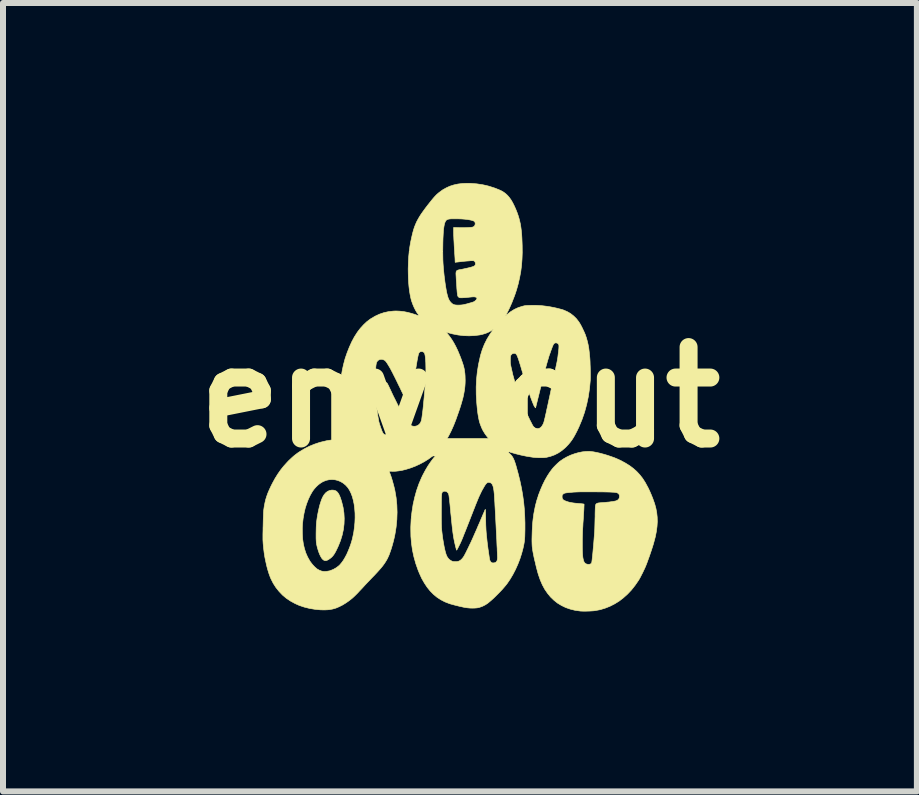
<source format=kicad_pcb>
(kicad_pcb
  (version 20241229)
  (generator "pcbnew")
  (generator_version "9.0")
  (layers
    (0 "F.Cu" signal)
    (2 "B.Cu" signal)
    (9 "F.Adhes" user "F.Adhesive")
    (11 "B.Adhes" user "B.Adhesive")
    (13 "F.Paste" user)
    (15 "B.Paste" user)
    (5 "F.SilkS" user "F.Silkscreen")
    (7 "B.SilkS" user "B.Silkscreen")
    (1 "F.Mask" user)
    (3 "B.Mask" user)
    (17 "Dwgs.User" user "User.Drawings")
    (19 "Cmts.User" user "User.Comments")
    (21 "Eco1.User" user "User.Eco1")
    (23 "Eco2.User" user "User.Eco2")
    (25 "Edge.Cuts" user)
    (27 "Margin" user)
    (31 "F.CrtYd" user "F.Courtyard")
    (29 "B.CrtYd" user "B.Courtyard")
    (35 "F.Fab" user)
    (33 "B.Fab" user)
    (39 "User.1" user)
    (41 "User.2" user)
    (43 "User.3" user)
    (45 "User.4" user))
  (footprint "env_out"
    (layer "F.Cu")
    (at 4.616 3.569)
    (property "Reference" "env_out" (at 0 0 0) (layer "F.SilkS") (effects (font (size 1.524 1.524) (thickness 0.3))))
    (attr through_hole)
    (fp_poly (pts (xy -2.101 1.551) (xy -2.08 1.557) (xy -2.06 1.567) (xy -2.043 1.583) (xy -2.027 1.604) (xy -2.012 1.631) (xy -1.997 1.666) (xy -1.983 1.707) (xy -1.971 1.746) (xy -1.948 1.838) (xy -1.934 1.93) (xy -1.929 2.022) (xy -1.932 2.114) (xy -1.943 2.206) (xy -1.963 2.298) (xy -1.991 2.39) (xy -2.028 2.482) (xy -2.049 2.527) (xy -2.066 2.562) (xy -2.081 2.59) (xy -2.094 2.612) (xy -2.107 2.631) (xy -2.12 2.647) (xy -2.133 2.662) (xy -2.149 2.676) (xy -2.167 2.69) (xy -2.193 2.708) (xy -2.215 2.719) (xy -2.234 2.725) (xy -2.251 2.724) (xy -2.268 2.718) (xy -2.282 2.708) (xy -2.295 2.695) (xy -2.301 2.688) (xy -2.318 2.661) (xy -2.335 2.628) (xy -2.351 2.589) (xy -2.365 2.547) (xy -2.378 2.503) (xy -2.388 2.459) (xy -2.389 2.454) (xy -2.391 2.438) (xy -2.394 2.424) (xy -2.395 2.409) (xy -2.396 2.393) (xy -2.397 2.374) (xy -2.398 2.351) (xy -2.398 2.323) (xy -2.398 2.288) (xy -2.398 2.275) (xy -2.397 2.221) (xy -2.396 2.174) (xy -2.394 2.131) (xy -2.391 2.09) (xy -2.386 2.05) (xy -2.38 2.008) (xy -2.373 1.963) (xy -2.372 1.96) (xy -2.361 1.903) (xy -2.348 1.846) (xy -2.334 1.791) (xy -2.318 1.741) (xy -2.307 1.708) (xy -2.286 1.662) (xy -2.263 1.624) (xy -2.236 1.593) (xy -2.207 1.571) (xy -2.175 1.556) (xy -2.14 1.549) (xy -2.126 1.549) (xy -2.101 1.551)) (stroke (width 0.01) (type solid)) (fill yes) (layer "F.SilkS"))
    (fp_poly (pts (xy 2.182 0.906) (xy 2.228 0.912) (xy 2.28 0.922) (xy 2.337 0.935) (xy 2.396 0.951) (xy 2.457 0.969) (xy 2.516 0.989) (xy 2.575 1.01) (xy 2.629 1.033) (xy 2.679 1.056) (xy 2.685 1.059) (xy 2.76 1.1) (xy 2.829 1.143) (xy 2.89 1.189) (xy 2.946 1.239) (xy 2.997 1.294) (xy 3.044 1.354) (xy 3.087 1.421) (xy 3.127 1.495) (xy 3.137 1.513) (xy 3.163 1.568) (xy 3.188 1.626) (xy 3.212 1.685) (xy 3.232 1.741) (xy 3.245 1.778) (xy 3.265 1.851) (xy 3.279 1.925) (xy 3.287 2) (xy 3.289 2.076) (xy 3.284 2.156) (xy 3.273 2.239) (xy 3.256 2.326) (xy 3.234 2.409) (xy 3.223 2.449) (xy 3.209 2.494) (xy 3.193 2.544) (xy 3.175 2.597) (xy 3.157 2.65) (xy 3.138 2.702) (xy 3.12 2.752) (xy 3.104 2.794) (xy 3.093 2.821) (xy 3.079 2.853) (xy 3.062 2.888) (xy 3.045 2.925) (xy 3.026 2.961) (xy 3.009 2.995) (xy 2.992 3.026) (xy 2.978 3.05) (xy 2.974 3.056) (xy 2.918 3.137) (xy 2.858 3.213) (xy 2.794 3.281) (xy 2.725 3.343) (xy 2.654 3.398) (xy 2.578 3.445) (xy 2.5 3.485) (xy 2.419 3.517) (xy 2.336 3.542) (xy 2.251 3.558) (xy 2.228 3.561) (xy 2.198 3.563) (xy 2.164 3.565) (xy 2.129 3.566) (xy 2.093 3.567) (xy 2.059 3.567) (xy 2.029 3.566) (xy 2.005 3.565) (xy 2 3.564) (xy 1.916 3.552) (xy 1.836 3.532) (xy 1.761 3.506) (xy 1.691 3.472) (xy 1.625 3.432) (xy 1.565 3.384) (xy 1.509 3.33) (xy 1.459 3.269) (xy 1.413 3.202) (xy 1.373 3.128) (xy 1.338 3.047) (xy 1.312 2.972) (xy 1.301 2.938) (xy 1.29 2.898) (xy 1.278 2.853) (xy 1.266 2.805) (xy 1.255 2.756) (xy 1.243 2.709) (xy 1.233 2.663) (xy 1.225 2.623) (xy 1.218 2.588) (xy 1.218 2.587) (xy 1.212 2.553) (xy 1.208 2.523) (xy 1.204 2.495) (xy 1.202 2.466) (xy 1.201 2.437) (xy 1.2 2.404) (xy 1.2 2.367) (xy 1.201 2.324) (xy 1.202 2.286) (xy 1.204 2.224) (xy 1.207 2.168) (xy 1.21 2.118) (xy 1.214 2.072) (xy 1.219 2.028) (xy 1.225 1.985) (xy 1.231 1.941) (xy 1.239 1.899) (xy 1.257 1.809) (xy 1.281 1.719) (xy 1.301 1.658) (xy 1.702 1.658) (xy 1.703 1.677) (xy 1.708 1.693) (xy 1.716 1.705) (xy 1.73 1.717) (xy 1.75 1.727) (xy 1.777 1.737) (xy 1.791 1.742) (xy 1.818 1.75) (xy 1.847 1.756) (xy 1.88 1.762) (xy 1.919 1.767) (xy 1.964 1.771) (xy 1.998 1.774) (xy 2.021 1.776) (xy 2.041 1.778) (xy 2.056 1.78) (xy 2.065 1.782) (xy 2.067 1.782) (xy 2.068 1.787) (xy 2.068 1.799) (xy 2.067 1.818) (xy 2.066 1.842) (xy 2.065 1.87) (xy 2.063 1.902) (xy 2.062 1.918) (xy 2.058 1.987) (xy 2.054 2.047) (xy 2.05 2.101) (xy 2.048 2.149) (xy 2.045 2.193) (xy 2.043 2.232) (xy 2.042 2.268) (xy 2.041 2.301) (xy 2.04 2.334) (xy 2.039 2.365) (xy 2.039 2.397) (xy 2.039 2.43) (xy 2.039 2.445) (xy 2.039 2.506) (xy 2.04 2.56) (xy 2.042 2.606) (xy 2.045 2.646) (xy 2.049 2.679) (xy 2.055 2.706) (xy 2.061 2.729) (xy 2.069 2.747) (xy 2.078 2.76) (xy 2.088 2.77) (xy 2.106 2.78) (xy 2.128 2.786) (xy 2.151 2.787) (xy 2.171 2.782) (xy 2.179 2.778) (xy 2.188 2.77) (xy 2.195 2.759) (xy 2.197 2.751) (xy 2.199 2.735) (xy 2.202 2.713) (xy 2.205 2.684) (xy 2.209 2.65) (xy 2.213 2.611) (xy 2.217 2.568) (xy 2.221 2.522) (xy 2.226 2.474) (xy 2.23 2.423) (xy 2.234 2.372) (xy 2.238 2.32) (xy 2.242 2.269) (xy 2.244 2.246) (xy 2.245 2.228) (xy 2.246 2.202) (xy 2.247 2.171) (xy 2.248 2.135) (xy 2.249 2.096) (xy 2.25 2.055) (xy 2.251 2.013) (xy 2.252 1.994) (xy 2.252 1.947) (xy 2.253 1.907) (xy 2.254 1.874) (xy 2.255 1.848) (xy 2.256 1.827) (xy 2.258 1.811) (xy 2.26 1.799) (xy 2.263 1.79) (xy 2.267 1.783) (xy 2.271 1.778) (xy 2.277 1.775) (xy 2.283 1.771) (xy 2.285 1.77) (xy 2.293 1.767) (xy 2.304 1.764) (xy 2.319 1.762) (xy 2.338 1.76) (xy 2.365 1.758) (xy 2.375 1.757) (xy 2.411 1.755) (xy 2.447 1.751) (xy 2.484 1.748) (xy 2.518 1.743) (xy 2.549 1.739) (xy 2.575 1.734) (xy 2.595 1.73) (xy 2.598 1.729) (xy 2.624 1.718) (xy 2.642 1.703) (xy 2.654 1.683) (xy 2.658 1.658) (xy 2.659 1.654) (xy 2.656 1.631) (xy 2.646 1.613) (xy 2.63 1.6) (xy 2.621 1.595) (xy 2.613 1.592) (xy 2.601 1.59) (xy 2.585 1.587) (xy 2.564 1.585) (xy 2.538 1.584) (xy 2.507 1.582) (xy 2.47 1.581) (xy 2.426 1.58) (xy 2.376 1.579) (xy 2.319 1.579) (xy 2.254 1.578) (xy 2.187 1.578) (xy 2.132 1.578) (xy 2.085 1.578) (xy 2.045 1.578) (xy 2.01 1.578) (xy 1.98 1.579) (xy 1.954 1.58) (xy 1.93 1.581) (xy 1.907 1.582) (xy 1.886 1.583) (xy 1.871 1.585) (xy 1.834 1.588) (xy 1.804 1.591) (xy 1.78 1.594) (xy 1.762 1.596) (xy 1.748 1.6) (xy 1.737 1.603) (xy 1.729 1.608) (xy 1.722 1.613) (xy 1.718 1.617) (xy 1.709 1.627) (xy 1.704 1.635) (xy 1.702 1.646) (xy 1.702 1.658) (xy 1.301 1.658) (xy 1.309 1.631) (xy 1.342 1.545) (xy 1.378 1.461) (xy 1.417 1.382) (xy 1.459 1.309) (xy 1.503 1.242) (xy 1.541 1.192) (xy 1.559 1.171) (xy 1.582 1.147) (xy 1.607 1.122) (xy 1.632 1.098) (xy 1.656 1.077) (xy 1.67 1.066) (xy 1.724 1.029) (xy 1.782 0.996) (xy 1.844 0.967) (xy 1.908 0.944) (xy 1.973 0.925) (xy 2.037 0.912) (xy 2.1 0.905) (xy 2.16 0.904) (xy 2.182 0.906)) (stroke (width 0.01) (type solid)) (fill yes) (layer "F.SilkS"))
    (fp_poly (pts (xy 0.177 -3.563) (xy 0.28 -3.555) (xy 0.38 -3.54) (xy 0.479 -3.517) (xy 0.576 -3.486) (xy 0.652 -3.456) (xy 0.693 -3.437) (xy 0.73 -3.415) (xy 0.763 -3.39) (xy 0.794 -3.361) (xy 0.823 -3.327) (xy 0.851 -3.288) (xy 0.878 -3.242) (xy 0.904 -3.19) (xy 0.931 -3.13) (xy 0.935 -3.12) (xy 0.954 -3.072) (xy 0.97 -3.026) (xy 0.984 -2.98) (xy 0.996 -2.933) (xy 1.007 -2.884) (xy 1.015 -2.833) (xy 1.022 -2.778) (xy 1.028 -2.718) (xy 1.032 -2.653) (xy 1.035 -2.58) (xy 1.037 -2.524) (xy 1.038 -2.408) (xy 1.034 -2.299) (xy 1.026 -2.194) (xy 1.013 -2.092) (xy 0.994 -1.991) (xy 0.971 -1.889) (xy 0.942 -1.786) (xy 0.941 -1.784) (xy 0.926 -1.737) (xy 0.908 -1.686) (xy 0.888 -1.635) (xy 0.868 -1.583) (xy 0.846 -1.532) (xy 0.825 -1.485) (xy 0.804 -1.441) (xy 0.783 -1.402) (xy 0.765 -1.369) (xy 0.759 -1.361) (xy 0.758 -1.357) (xy 0.763 -1.36) (xy 0.774 -1.368) (xy 0.786 -1.379) (xy 0.844 -1.424) (xy 0.905 -1.462) (xy 0.97 -1.492) (xy 1.038 -1.514) (xy 1.074 -1.523) (xy 1.095 -1.526) (xy 1.122 -1.528) (xy 1.154 -1.529) (xy 1.191 -1.53) (xy 1.23 -1.53) (xy 1.269 -1.53) (xy 1.308 -1.528) (xy 1.345 -1.526) (xy 1.378 -1.523) (xy 1.385 -1.522) (xy 1.443 -1.515) (xy 1.501 -1.506) (xy 1.559 -1.495) (xy 1.613 -1.483) (xy 1.664 -1.47) (xy 1.708 -1.458) (xy 1.726 -1.452) (xy 1.786 -1.426) (xy 1.842 -1.394) (xy 1.893 -1.354) (xy 1.94 -1.308) (xy 1.981 -1.255) (xy 1.986 -1.247) (xy 2.001 -1.223) (xy 2.018 -1.193) (xy 2.035 -1.16) (xy 2.052 -1.124) (xy 2.068 -1.09) (xy 2.082 -1.058) (xy 2.089 -1.041) (xy 2.107 -0.988) (xy 2.122 -0.934) (xy 2.135 -0.879) (xy 2.146 -0.82) (xy 2.154 -0.755) (xy 2.161 -0.684) (xy 2.163 -0.665) (xy 2.166 -0.63) (xy 2.168 -0.59) (xy 2.169 -0.547) (xy 2.171 -0.502) (xy 2.172 -0.457) (xy 2.173 -0.412) (xy 2.173 -0.371) (xy 2.173 -0.334) (xy 2.172 -0.302) (xy 2.172 -0.283) (xy 2.159 -0.144) (xy 2.139 -0.008) (xy 2.111 0.124) (xy 2.076 0.252) (xy 2.032 0.378) (xy 1.981 0.5) (xy 1.951 0.563) (xy 1.922 0.619) (xy 1.894 0.669) (xy 1.866 0.713) (xy 1.837 0.752) (xy 1.806 0.789) (xy 1.772 0.825) (xy 1.755 0.842) (xy 1.698 0.89) (xy 1.639 0.93) (xy 1.576 0.962) (xy 1.51 0.986) (xy 1.441 1.003) (xy 1.435 1.004) (xy 1.409 1.007) (xy 1.376 1.009) (xy 1.339 1.009) (xy 1.3 1.008) (xy 1.261 1.006) (xy 1.224 1.003) (xy 1.198 0.999) (xy 1.105 0.984) (xy 1.015 0.965) (xy 0.93 0.944) (xy 0.85 0.921) (xy 0.777 0.895) (xy 0.773 0.893) (xy 0.766 0.891) (xy 0.764 0.891) (xy 0.766 0.893) (xy 0.773 0.899) (xy 0.786 0.909) (xy 0.798 0.918) (xy 0.823 0.937) (xy 0.845 0.957) (xy 0.863 0.978) (xy 0.879 1.001) (xy 0.893 1.029) (xy 0.907 1.061) (xy 0.92 1.099) (xy 0.934 1.144) (xy 0.935 1.148) (xy 0.97 1.275) (xy 1 1.397) (xy 1.025 1.516) (xy 1.045 1.631) (xy 1.061 1.746) (xy 1.072 1.86) (xy 1.079 1.976) (xy 1.083 2.095) (xy 1.083 2.204) (xy 1.082 2.251) (xy 1.081 2.291) (xy 1.08 2.325) (xy 1.078 2.354) (xy 1.076 2.381) (xy 1.073 2.406) (xy 1.069 2.431) (xy 1.064 2.458) (xy 1.058 2.486) (xy 1.052 2.515) (xy 1.028 2.605) (xy 0.999 2.696) (xy 0.964 2.786) (xy 0.925 2.873) (xy 0.882 2.956) (xy 0.835 3.035) (xy 0.786 3.107) (xy 0.764 3.135) (xy 0.737 3.167) (xy 0.706 3.203) (xy 0.671 3.24) (xy 0.633 3.279) (xy 0.595 3.317) (xy 0.558 3.353) (xy 0.521 3.386) (xy 0.488 3.414) (xy 0.464 3.434) (xy 0.423 3.461) (xy 0.378 3.484) (xy 0.332 3.501) (xy 0.315 3.506) (xy 0.285 3.512) (xy 0.248 3.515) (xy 0.208 3.516) (xy 0.166 3.515) (xy 0.124 3.511) (xy 0.087 3.506) (xy 0.057 3.5) (xy 0.022 3.492) (xy -0.015 3.484) (xy -0.054 3.474) (xy -0.091 3.465) (xy -0.126 3.455) (xy -0.157 3.447) (xy -0.181 3.439) (xy -0.181 3.439) (xy -0.253 3.411) (xy -0.32 3.376) (xy -0.383 3.335) (xy -0.442 3.286) (xy -0.497 3.23) (xy -0.547 3.168) (xy -0.594 3.097) (xy -0.638 3.02) (xy -0.677 2.934) (xy -0.698 2.883) (xy -0.737 2.772) (xy -0.768 2.661) (xy -0.792 2.549) (xy -0.808 2.436) (xy -0.818 2.319) (xy -0.82 2.199) (xy -0.82 2.163) (xy -0.814 2.036) (xy -0.805 1.95) (xy -0.311 1.95) (xy -0.311 1.997) (xy -0.311 2.038) (xy -0.31 2.073) (xy -0.31 2.103) (xy -0.309 2.128) (xy -0.308 2.151) (xy -0.308 2.171) (xy -0.306 2.189) (xy -0.305 2.207) (xy -0.304 2.22) (xy -0.296 2.289) (xy -0.287 2.357) (xy -0.276 2.423) (xy -0.265 2.485) (xy -0.253 2.541) (xy -0.243 2.582) (xy -0.23 2.624) (xy -0.215 2.658) (xy -0.196 2.686) (xy -0.175 2.708) (xy -0.149 2.725) (xy -0.145 2.727) (xy -0.131 2.734) (xy -0.119 2.738) (xy -0.107 2.74) (xy -0.091 2.741) (xy -0.076 2.741) (xy -0.046 2.74) (xy -0.022 2.734) (xy -0.001 2.724) (xy 0.019 2.709) (xy 0.031 2.697) (xy 0.04 2.687) (xy 0.048 2.677) (xy 0.057 2.665) (xy 0.066 2.651) (xy 0.076 2.634) (xy 0.087 2.612) (xy 0.101 2.586) (xy 0.116 2.555) (xy 0.135 2.517) (xy 0.145 2.496) (xy 0.161 2.462) (xy 0.177 2.43) (xy 0.192 2.397) (xy 0.208 2.362) (xy 0.224 2.326) (xy 0.241 2.287) (xy 0.26 2.244) (xy 0.281 2.197) (xy 0.303 2.144) (xy 0.329 2.086) (xy 0.353 2.028) (xy 0.368 1.994) (xy 0.381 1.963) (xy 0.393 1.935) (xy 0.404 1.911) (xy 0.412 1.891) (xy 0.418 1.878) (xy 0.421 1.871) (xy 0.421 1.871) (xy 0.422 1.87) (xy 0.423 1.874) (xy 0.424 1.883) (xy 0.425 1.898) (xy 0.426 1.918) (xy 0.426 1.946) (xy 0.427 1.981) (xy 0.428 2.024) (xy 0.428 2.026) (xy 0.429 2.081) (xy 0.43 2.129) (xy 0.432 2.173) (xy 0.434 2.215) (xy 0.437 2.256) (xy 0.441 2.298) (xy 0.446 2.344) (xy 0.451 2.395) (xy 0.453 2.413) (xy 0.458 2.452) (xy 0.463 2.492) (xy 0.468 2.532) (xy 0.474 2.57) (xy 0.479 2.607) (xy 0.484 2.64) (xy 0.488 2.669) (xy 0.492 2.692) (xy 0.495 2.709) (xy 0.498 2.718) (xy 0.508 2.74) (xy 0.524 2.755) (xy 0.533 2.76) (xy 0.548 2.763) (xy 0.567 2.762) (xy 0.585 2.758) (xy 0.597 2.752) (xy 0.609 2.741) (xy 0.617 2.727) (xy 0.622 2.71) (xy 0.625 2.686) (xy 0.626 2.678) (xy 0.625 2.669) (xy 0.625 2.653) (xy 0.624 2.629) (xy 0.623 2.599) (xy 0.621 2.563) (xy 0.62 2.522) (xy 0.617 2.476) (xy 0.615 2.427) (xy 0.613 2.374) (xy 0.61 2.318) (xy 0.607 2.261) (xy 0.604 2.202) (xy 0.601 2.142) (xy 0.598 2.083) (xy 0.595 2.024) (xy 0.592 1.966) (xy 0.589 1.91) (xy 0.586 1.856) (xy 0.583 1.806) (xy 0.581 1.76) (xy 0.578 1.718) (xy 0.576 1.681) (xy 0.574 1.65) (xy 0.573 1.625) (xy 0.571 1.608) (xy 0.571 1.607) (xy 0.566 1.561) (xy 0.56 1.521) (xy 0.552 1.488) (xy 0.542 1.462) (xy 0.531 1.444) (xy 0.526 1.438) (xy 0.511 1.428) (xy 0.493 1.422) (xy 0.476 1.42) (xy 0.471 1.42) (xy 0.461 1.423) (xy 0.45 1.43) (xy 0.439 1.439) (xy 0.427 1.454) (xy 0.414 1.473) (xy 0.399 1.498) (xy 0.381 1.53) (xy 0.372 1.545) (xy 0.357 1.573) (xy 0.343 1.603) (xy 0.328 1.634) (xy 0.312 1.669) (xy 0.296 1.708) (xy 0.278 1.752) (xy 0.257 1.803) (xy 0.246 1.833) (xy 0.225 1.885) (xy 0.205 1.937) (xy 0.184 1.99) (xy 0.164 2.042) (xy 0.144 2.093) (xy 0.125 2.141) (xy 0.107 2.187) (xy 0.09 2.23) (xy 0.074 2.269) (xy 0.06 2.304) (xy 0.049 2.333) (xy 0.039 2.357) (xy 0.032 2.374) (xy 0.028 2.384) (xy 0.028 2.385) (xy 0.017 2.408) (xy 0.006 2.433) (xy -0.006 2.457) (xy -0.018 2.481) (xy -0.029 2.503) (xy -0.039 2.522) (xy -0.047 2.537) (xy -0.053 2.547) (xy -0.055 2.55) (xy -0.056 2.55) (xy -0.058 2.544) (xy -0.062 2.531) (xy -0.067 2.513) (xy -0.073 2.491) (xy -0.079 2.466) (xy -0.085 2.44) (xy -0.091 2.413) (xy -0.096 2.388) (xy -0.099 2.375) (xy -0.104 2.347) (xy -0.109 2.319) (xy -0.113 2.29) (xy -0.118 2.258) (xy -0.122 2.223) (xy -0.127 2.184) (xy -0.132 2.14) (xy -0.137 2.09) (xy -0.143 2.033) (xy -0.146 1.998) (xy -0.153 1.933) (xy -0.158 1.876) (xy -0.163 1.826) (xy -0.167 1.783) (xy -0.171 1.747) (xy -0.174 1.716) (xy -0.177 1.69) (xy -0.18 1.669) (xy -0.182 1.652) (xy -0.184 1.638) (xy -0.186 1.628) (xy -0.188 1.62) (xy -0.19 1.614) (xy -0.191 1.609) (xy -0.194 1.605) (xy -0.196 1.602) (xy -0.199 1.598) (xy -0.2 1.596) (xy -0.214 1.581) (xy -0.232 1.571) (xy -0.252 1.567) (xy -0.27 1.569) (xy -0.287 1.576) (xy -0.29 1.58) (xy -0.294 1.584) (xy -0.298 1.589) (xy -0.3 1.596) (xy -0.303 1.606) (xy -0.305 1.618) (xy -0.306 1.633) (xy -0.308 1.653) (xy -0.309 1.677) (xy -0.309 1.706) (xy -0.31 1.742) (xy -0.31 1.784) (xy -0.31 1.833) (xy -0.311 1.89) (xy -0.311 1.894) (xy -0.311 1.95) (xy -0.805 1.95) (xy -0.8 1.91) (xy -0.781 1.787) (xy -0.754 1.668) (xy -0.722 1.553) (xy -0.683 1.442) (xy -0.638 1.337) (xy -0.619 1.298) (xy -0.578 1.221) (xy -0.535 1.148) (xy -0.489 1.08) (xy -0.442 1.017) (xy -0.393 0.96) (xy -0.345 0.911) (xy -0.312 0.882) (xy -0.25 0.835) (xy -0.186 0.795) (xy -0.12 0.764) (xy -0.052 0.741) (xy -0.017 0.732) (xy 0.033 0.724) (xy 0.089 0.719) (xy 0.15 0.718) (xy 0.213 0.719) (xy 0.279 0.725) (xy 0.344 0.733) (xy 0.408 0.745) (xy 0.447 0.753) (xy 0.47 0.759) (xy 0.495 0.767) (xy 0.522 0.775) (xy 0.547 0.783) (xy 0.569 0.791) (xy 0.586 0.797) (xy 0.595 0.801) (xy 0.599 0.803) (xy 0.599 0.802) (xy 0.595 0.798) (xy 0.584 0.789) (xy 0.567 0.776) (xy 0.567 0.776) (xy 0.528 0.742) (xy 0.489 0.702) (xy 0.451 0.657) (xy 0.417 0.611) (xy 0.388 0.564) (xy 0.377 0.544) (xy 0.361 0.51) (xy 0.348 0.477) (xy 0.335 0.443) (xy 0.324 0.407) (xy 0.315 0.368) (xy 0.307 0.326) (xy 0.299 0.279) (xy 0.292 0.227) (xy 0.286 0.168) (xy 0.28 0.102) (xy 0.279 0.089) (xy 0.271 -0.043) (xy 0.27 -0.171) (xy 0.276 -0.297) (xy 0.289 -0.421) (xy 0.309 -0.546) (xy 0.322 -0.603) (xy 0.839 -0.603) (xy 0.839 -0.584) (xy 0.84 -0.566) (xy 0.843 -0.547) (xy 0.847 -0.524) (xy 0.851 -0.504) (xy 0.881 -0.372) (xy 0.919 -0.236) (xy 0.964 -0.098) (xy 1.016 0.042) (xy 1.074 0.184) (xy 1.11 0.265) (xy 1.127 0.301) (xy 1.144 0.336) (xy 1.16 0.371) (xy 1.176 0.402) (xy 1.191 0.431) (xy 1.203 0.455) (xy 1.214 0.474) (xy 1.221 0.486) (xy 1.223 0.489) (xy 1.244 0.509) (xy 1.266 0.521) (xy 1.29 0.525) (xy 1.316 0.521) (xy 1.328 0.516) (xy 1.346 0.505) (xy 1.362 0.488) (xy 1.377 0.464) (xy 1.387 0.447) (xy 1.389 0.442) (xy 1.391 0.436) (xy 1.394 0.429) (xy 1.397 0.421) (xy 1.4 0.411) (xy 1.403 0.399) (xy 1.407 0.384) (xy 1.411 0.366) (xy 1.417 0.344) (xy 1.422 0.319) (xy 1.429 0.29) (xy 1.437 0.256) (xy 1.445 0.216) (xy 1.455 0.172) (xy 1.466 0.122) (xy 1.478 0.065) (xy 1.492 0.002) (xy 1.507 -0.068) (xy 1.523 -0.145) (xy 1.542 -0.23) (xy 1.548 -0.258) (xy 1.561 -0.322) (xy 1.573 -0.377) (xy 1.584 -0.426) (xy 1.593 -0.469) (xy 1.6 -0.506) (xy 1.607 -0.538) (xy 1.613 -0.566) (xy 1.618 -0.591) (xy 1.622 -0.612) (xy 1.625 -0.631) (xy 1.628 -0.649) (xy 1.631 -0.666) (xy 1.633 -0.683) (xy 1.635 -0.701) (xy 1.637 -0.719) (xy 1.64 -0.74) (xy 1.641 -0.745) (xy 1.645 -0.783) (xy 1.648 -0.814) (xy 1.649 -0.838) (xy 1.649 -0.857) (xy 1.647 -0.871) (xy 1.642 -0.881) (xy 1.636 -0.889) (xy 1.628 -0.896) (xy 1.621 -0.9) (xy 1.602 -0.905) (xy 1.584 -0.903) (xy 1.568 -0.893) (xy 1.555 -0.876) (xy 1.555 -0.875) (xy 1.55 -0.863) (xy 1.542 -0.845) (xy 1.533 -0.821) (xy 1.523 -0.794) (xy 1.512 -0.765) (xy 1.502 -0.735) (xy 1.491 -0.706) (xy 1.482 -0.679) (xy 1.476 -0.658) (xy 1.469 -0.634) (xy 1.461 -0.609) (xy 1.454 -0.583) (xy 1.446 -0.556) (xy 1.438 -0.526) (xy 1.429 -0.493) (xy 1.419 -0.457) (xy 1.409 -0.416) (xy 1.397 -0.371) (xy 1.384 -0.32) (xy 1.37 -0.262) (xy 1.354 -0.197) (xy 1.337 -0.132) (xy 1.26 0.178) (xy 1.248 0.166) (xy 1.242 0.157) (xy 1.233 0.141) (xy 1.223 0.118) (xy 1.211 0.089) (xy 1.198 0.055) (xy 1.183 0.016) (xy 1.168 -0.026) (xy 1.152 -0.072) (xy 1.135 -0.12) (xy 1.118 -0.17) (xy 1.101 -0.221) (xy 1.085 -0.272) (xy 1.069 -0.323) (xy 1.054 -0.373) (xy 1.04 -0.421) (xy 1.037 -0.43) (xy 1.028 -0.46) (xy 1.018 -0.495) (xy 1.008 -0.529) (xy 0.998 -0.56) (xy 0.994 -0.574) (xy 0.981 -0.614) (xy 0.97 -0.647) (xy 0.96 -0.673) (xy 0.952 -0.693) (xy 0.943 -0.708) (xy 0.935 -0.718) (xy 0.926 -0.725) (xy 0.917 -0.729) (xy 0.906 -0.73) (xy 0.902 -0.73) (xy 0.881 -0.727) (xy 0.864 -0.717) (xy 0.849 -0.699) (xy 0.849 -0.698) (xy 0.845 -0.691) (xy 0.843 -0.682) (xy 0.841 -0.67) (xy 0.84 -0.652) (xy 0.839 -0.628) (xy 0.839 -0.627) (xy 0.839 -0.603) (xy 0.322 -0.603) (xy 0.337 -0.673) (xy 0.345 -0.705) (xy 0.372 -0.793) (xy 0.407 -0.881) (xy 0.45 -0.967) (xy 0.501 -1.05) (xy 0.538 -1.103) (xy 0.546 -1.115) (xy 0.552 -1.124) (xy 0.555 -1.128) (xy 0.555 -1.128) (xy 0.551 -1.127) (xy 0.543 -1.122) (xy 0.532 -1.115) (xy 0.484 -1.087) (xy 0.431 -1.064) (xy 0.372 -1.046) (xy 0.33 -1.037) (xy 0.243 -1.026) (xy 0.153 -1.022) (xy 0.062 -1.025) (xy -0.031 -1.036) (xy -0.123 -1.054) (xy -0.181 -1.069) (xy -0.202 -1.074) (xy -0.215 -1.078) (xy -0.222 -1.078) (xy -0.224 -1.077) (xy -0.223 -1.076) (xy -0.18 -1.022) (xy -0.14 -0.966) (xy -0.104 -0.908) (xy -0.07 -0.845) (xy -0.037 -0.776) (xy -0.005 -0.699) (xy -0.005 -0.699) (xy 0.017 -0.643) (xy 0.035 -0.593) (xy 0.05 -0.549) (xy 0.062 -0.508) (xy 0.071 -0.47) (xy 0.077 -0.432) (xy 0.082 -0.394) (xy 0.085 -0.354) (xy 0.086 -0.312) (xy 0.087 -0.282) (xy 0.086 -0.234) (xy 0.083 -0.187) (xy 0.078 -0.14) (xy 0.07 -0.091) (xy 0.061 -0.041) (xy 0.049 0.013) (xy 0.033 0.07) (xy 0.015 0.132) (xy -0.006 0.198) (xy -0.031 0.27) (xy -0.059 0.349) (xy -0.068 0.375) (xy -0.105 0.469) (xy -0.145 0.559) (xy -0.187 0.642) (xy -0.231 0.718) (xy -0.276 0.787) (xy -0.311 0.834) (xy -0.333 0.859) (xy -0.358 0.887) (xy -0.386 0.916) (xy -0.415 0.944) (xy -0.442 0.969) (xy -0.461 0.985) (xy -0.524 1.031) (xy -0.594 1.075) (xy -0.669 1.115) (xy -0.747 1.151) (xy -0.827 1.181) (xy -0.84 1.185) (xy -0.905 1.205) (xy -0.966 1.22) (xy -1.022 1.229) (xy -1.074 1.235) (xy -1.125 1.236) (xy -1.135 1.235) (xy -1.153 1.235) (xy -1.168 1.234) (xy -1.178 1.234) (xy -1.181 1.235) (xy -1.18 1.239) (xy -1.176 1.249) (xy -1.17 1.263) (xy -1.169 1.267) (xy -1.155 1.304) (xy -1.14 1.348) (xy -1.126 1.396) (xy -1.112 1.446) (xy -1.099 1.495) (xy -1.088 1.541) (xy -1.084 1.56) (xy -1.064 1.677) (xy -1.052 1.797) (xy -1.048 1.918) (xy -1.052 2.04) (xy -1.064 2.164) (xy -1.076 2.241) (xy -1.086 2.299) (xy -1.099 2.358) (xy -1.114 2.418) (xy -1.13 2.476) (xy -1.147 2.532) (xy -1.165 2.584) (xy -1.182 2.631) (xy -1.2 2.67) (xy -1.203 2.678) (xy -1.22 2.71) (xy -1.239 2.742) (xy -1.26 2.774) (xy -1.284 2.807) (xy -1.311 2.841) (xy -1.343 2.878) (xy -1.379 2.918) (xy -1.421 2.963) (xy -1.454 2.997) (xy -1.483 3.027) (xy -1.514 3.06) (xy -1.547 3.094) (xy -1.58 3.129) (xy -1.609 3.161) (xy -1.63 3.184) (xy -1.671 3.227) (xy -1.707 3.266) (xy -1.74 3.299) (xy -1.77 3.328) (xy -1.799 3.354) (xy -1.828 3.377) (xy -1.857 3.399) (xy -1.887 3.42) (xy -1.897 3.427) (xy -1.955 3.463) (xy -2.012 3.492) (xy -2.066 3.515) (xy -2.121 3.531) (xy -2.176 3.541) (xy -2.208 3.544) (xy -2.232 3.545) (xy -2.251 3.546) (xy -2.268 3.546) (xy -2.285 3.546) (xy -2.305 3.545) (xy -2.324 3.545) (xy -2.416 3.536) (xy -2.507 3.521) (xy -2.595 3.499) (xy -2.679 3.471) (xy -2.75 3.439) (xy -2.825 3.398) (xy -2.895 3.351) (xy -2.958 3.298) (xy -3.015 3.238) (xy -3.067 3.173) (xy -3.112 3.103) (xy -3.151 3.026) (xy -3.164 2.995) (xy -3.184 2.94) (xy -3.203 2.879) (xy -3.221 2.812) (xy -3.237 2.74) (xy -3.252 2.667) (xy -3.264 2.591) (xy -3.273 2.516) (xy -3.28 2.443) (xy -3.283 2.396) (xy -3.284 2.377) (xy -3.284 2.35) (xy -3.284 2.318) (xy -3.284 2.281) (xy -3.283 2.241) (xy -3.282 2.198) (xy -3.282 2.181) (xy -2.628 2.181) (xy -2.627 2.276) (xy -2.622 2.365) (xy -2.61 2.448) (xy -2.592 2.525) (xy -2.569 2.597) (xy -2.539 2.665) (xy -2.504 2.727) (xy -2.493 2.744) (xy -2.456 2.792) (xy -2.419 2.831) (xy -2.382 2.863) (xy -2.343 2.885) (xy -2.303 2.9) (xy -2.269 2.905) (xy -2.246 2.905) (xy -2.219 2.903) (xy -2.191 2.898) (xy -2.165 2.893) (xy -2.161 2.891) (xy -2.109 2.87) (xy -2.06 2.842) (xy -2.015 2.807) (xy -2.001 2.793) (xy -1.973 2.76) (xy -1.944 2.72) (xy -1.916 2.673) (xy -1.888 2.621) (xy -1.863 2.564) (xy -1.839 2.505) (xy -1.817 2.443) (xy -1.798 2.38) (xy -1.787 2.333) (xy -1.77 2.251) (xy -1.759 2.169) (xy -1.751 2.088) (xy -1.748 2.008) (xy -1.749 1.931) (xy -1.755 1.856) (xy -1.764 1.785) (xy -1.778 1.717) (xy -1.795 1.655) (xy -1.817 1.598) (xy -1.842 1.548) (xy -1.869 1.507) (xy -1.905 1.467) (xy -1.945 1.434) (xy -1.988 1.408) (xy -2.034 1.389) (xy -2.082 1.377) (xy -2.132 1.373) (xy -2.182 1.376) (xy -2.232 1.387) (xy -2.28 1.407) (xy -2.283 1.408) (xy -2.32 1.43) (xy -2.358 1.458) (xy -2.394 1.491) (xy -2.427 1.528) (xy -2.456 1.566) (xy -2.457 1.568) (xy -2.493 1.63) (xy -2.526 1.699) (xy -2.555 1.774) (xy -2.58 1.853) (xy -2.599 1.936) (xy -2.614 2.022) (xy -2.624 2.11) (xy -2.628 2.181) (xy -3.282 2.181) (xy -3.281 2.154) (xy -3.28 2.109) (xy -3.279 2.065) (xy -3.278 2.024) (xy -3.276 1.985) (xy -3.275 1.95) (xy -3.274 1.92) (xy -3.272 1.897) (xy -3.271 1.882) (xy -3.262 1.82) (xy -3.251 1.763) (xy -3.238 1.707) (xy -3.221 1.652) (xy -3.201 1.597) (xy -3.176 1.539) (xy -3.147 1.477) (xy -3.124 1.432) (xy -3.081 1.353) (xy -3.036 1.281) (xy -2.99 1.215) (xy -2.94 1.152) (xy -2.886 1.092) (xy -2.858 1.062) (xy -2.823 1.029) (xy -2.792 1) (xy -2.763 0.975) (xy -2.732 0.951) (xy -2.7 0.927) (xy -2.671 0.908) (xy -2.591 0.86) (xy -2.509 0.818) (xy -2.423 0.783) (xy -2.333 0.753) (xy -2.237 0.73) (xy -2.221 0.726) (xy -2.142 0.714) (xy -2.065 0.708) (xy -1.991 0.71) (xy -1.916 0.718) (xy -1.908 0.72) (xy -1.888 0.723) (xy -1.872 0.725) (xy -1.86 0.727) (xy -1.856 0.727) (xy -1.856 0.727) (xy -1.856 0.722) (xy -1.859 0.712) (xy -1.864 0.697) (xy -1.867 0.687) (xy -1.887 0.631) (xy -1.906 0.57) (xy -1.924 0.507) (xy -1.941 0.444) (xy -1.955 0.384) (xy -1.967 0.329) (xy -1.97 0.313) (xy -1.977 0.279) (xy -1.982 0.25) (xy -1.986 0.223) (xy -1.989 0.198) (xy -1.992 0.173) (xy -1.993 0.147) (xy -1.995 0.119) (xy -1.995 0.087) (xy -1.996 0.049) (xy -1.996 0.006) (xy -1.996 -0.015) (xy -1.996 -0.078) (xy -1.995 -0.134) (xy -1.993 -0.184) (xy -1.99 -0.227) (xy -1.412 -0.227) (xy -1.412 -0.177) (xy -1.411 -0.128) (xy -1.409 -0.081) (xy -1.407 -0.037) (xy -1.405 0.003) (xy -1.404 0.013) (xy -1.399 0.063) (xy -1.394 0.115) (xy -1.388 0.167) (xy -1.382 0.218) (xy -1.375 0.266) (xy -1.369 0.311) (xy -1.362 0.351) (xy -1.356 0.386) (xy -1.351 0.413) (xy -1.351 0.413) (xy -1.346 0.429) (xy -1.34 0.45) (xy -1.332 0.475) (xy -1.323 0.501) (xy -1.316 0.521) (xy -1.306 0.549) (xy -1.298 0.569) (xy -1.291 0.585) (xy -1.285 0.596) (xy -1.279 0.605) (xy -1.274 0.611) (xy -1.263 0.62) (xy -1.254 0.625) (xy -1.242 0.627) (xy -1.239 0.627) (xy -1.224 0.625) (xy -1.212 0.623) (xy -1.209 0.622) (xy -1.199 0.616) (xy -1.192 0.609) (xy -1.187 0.599) (xy -1.183 0.584) (xy -1.18 0.564) (xy -1.177 0.538) (xy -1.176 0.513) (xy -1.175 0.5) (xy -1.174 0.488) (xy -1.174 0.477) (xy -1.174 0.466) (xy -1.174 0.454) (xy -1.174 0.441) (xy -1.175 0.426) (xy -1.176 0.409) (xy -1.177 0.389) (xy -1.179 0.366) (xy -1.181 0.339) (xy -1.184 0.307) (xy -1.187 0.271) (xy -1.191 0.229) (xy -1.196 0.181) (xy -1.201 0.126) (xy -1.207 0.065) (xy -1.214 -0.004) (xy -1.217 -0.037) (xy -1.221 -0.077) (xy -1.225 -0.114) (xy -1.228 -0.148) (xy -1.231 -0.177) (xy -1.233 -0.201) (xy -1.235 -0.22) (xy -1.236 -0.231) (xy -1.236 -0.235) (xy -1.232 -0.24) (xy -1.226 -0.241) (xy -1.223 -0.241) (xy -1.22 -0.239) (xy -1.217 -0.236) (xy -1.212 -0.23) (xy -1.207 -0.221) (xy -1.2 -0.207) (xy -1.191 -0.19) (xy -1.18 -0.166) (xy -1.166 -0.137) (xy -1.149 -0.101) (xy -1.141 -0.083) (xy -1.125 -0.049) (xy -1.107 -0.011) (xy -1.086 0.03) (xy -1.065 0.072) (xy -1.044 0.115) (xy -1.023 0.156) (xy -1.003 0.194) (xy -0.985 0.228) (xy -0.97 0.257) (xy -0.963 0.269) (xy -0.936 0.316) (xy -0.913 0.356) (xy -0.891 0.389) (xy -0.872 0.416) (xy -0.855 0.438) (xy -0.839 0.455) (xy -0.825 0.467) (xy -0.813 0.474) (xy -0.785 0.484) (xy -0.756 0.486) (xy -0.727 0.481) (xy -0.7 0.469) (xy -0.683 0.456) (xy -0.666 0.438) (xy -0.654 0.418) (xy -0.645 0.394) (xy -0.641 0.38) (xy -0.637 0.36) (xy -0.633 0.331) (xy -0.628 0.294) (xy -0.622 0.25) (xy -0.616 0.198) (xy -0.61 0.139) (xy -0.604 0.074) (xy -0.597 0.002) (xy -0.59 -0.077) (xy -0.582 -0.161) (xy -0.58 -0.193) (xy -0.575 -0.251) (xy -0.572 -0.309) (xy -0.57 -0.367) (xy -0.568 -0.423) (xy -0.568 -0.477) (xy -0.569 -0.528) (xy -0.57 -0.575) (xy -0.573 -0.618) (xy -0.576 -0.656) (xy -0.58 -0.688) (xy -0.585 -0.713) (xy -0.591 -0.732) (xy -0.594 -0.738) (xy -0.608 -0.751) (xy -0.626 -0.759) (xy -0.647 -0.76) (xy -0.658 -0.757) (xy -0.667 -0.754) (xy -0.674 -0.748) (xy -0.681 -0.741) (xy -0.687 -0.73) (xy -0.692 -0.715) (xy -0.697 -0.695) (xy -0.703 -0.668) (xy -0.709 -0.635) (xy -0.714 -0.61) (xy -0.729 -0.52) (xy -0.742 -0.437) (xy -0.754 -0.358) (xy -0.764 -0.284) (xy -0.772 -0.211) (xy -0.779 -0.138) (xy -0.784 -0.065) (xy -0.789 0.011) (xy -0.792 0.091) (xy -0.792 0.092) (xy -0.794 0.129) (xy -0.795 0.158) (xy -0.796 0.18) (xy -0.797 0.197) (xy -0.798 0.208) (xy -0.799 0.216) (xy -0.801 0.219) (xy -0.803 0.221) (xy -0.805 0.22) (xy -0.805 0.22) (xy -0.809 0.217) (xy -0.813 0.213) (xy -0.818 0.207) (xy -0.824 0.198) (xy -0.831 0.186) (xy -0.84 0.17) (xy -0.85 0.15) (xy -0.863 0.125) (xy -0.878 0.095) (xy -0.896 0.058) (xy -0.917 0.015) (xy -0.935 -0.021) (xy -0.969 -0.091) (xy -0.999 -0.155) (xy -1.027 -0.211) (xy -1.051 -0.261) (xy -1.073 -0.306) (xy -1.093 -0.346) (xy -1.111 -0.381) (xy -1.126 -0.412) (xy -1.141 -0.439) (xy -1.153 -0.463) (xy -1.165 -0.484) (xy -1.176 -0.504) (xy -1.187 -0.521) (xy -1.197 -0.538) (xy -1.207 -0.554) (xy -1.217 -0.57) (xy -1.218 -0.571) (xy -1.231 -0.589) (xy -1.243 -0.603) (xy -1.254 -0.613) (xy -1.263 -0.618) (xy -1.288 -0.628) (xy -1.314 -0.631) (xy -1.338 -0.627) (xy -1.36 -0.616) (xy -1.378 -0.599) (xy -1.39 -0.577) (xy -1.392 -0.572) (xy -1.396 -0.554) (xy -1.4 -0.53) (xy -1.403 -0.499) (xy -1.406 -0.462) (xy -1.408 -0.42) (xy -1.41 -0.375) (xy -1.411 -0.327) (xy -1.412 -0.278) (xy -1.412 -0.227) (xy -1.99 -0.227) (xy -1.99 -0.231) (xy -1.986 -0.275) (xy -1.982 -0.319) (xy -1.976 -0.363) (xy -1.968 -0.41) (xy -1.962 -0.447) (xy -1.941 -0.543) (xy -1.915 -0.641) (xy -1.882 -0.737) (xy -1.845 -0.831) (xy -1.804 -0.922) (xy -1.759 -1.006) (xy -1.753 -1.015) (xy -1.709 -1.084) (xy -1.66 -1.148) (xy -1.607 -1.206) (xy -1.552 -1.258) (xy -1.494 -1.302) (xy -1.486 -1.307) (xy -1.415 -1.349) (xy -1.342 -1.383) (xy -1.268 -1.408) (xy -1.192 -1.425) (xy -1.113 -1.434) (xy -1.067 -1.436) (xy -1.002 -1.433) (xy -0.938 -1.426) (xy -0.872 -1.413) (xy -0.804 -1.395) (xy -0.743 -1.376) (xy -0.723 -1.368) (xy -0.705 -1.363) (xy -0.691 -1.358) (xy -0.684 -1.357) (xy -0.682 -1.357) (xy -0.684 -1.361) (xy -0.689 -1.369) (xy -0.696 -1.379) (xy -0.72 -1.413) (xy -0.744 -1.454) (xy -0.766 -1.499) (xy -0.786 -1.546) (xy -0.803 -1.593) (xy -0.809 -1.61) (xy -0.821 -1.658) (xy -0.832 -1.714) (xy -0.842 -1.775) (xy -0.85 -1.842) (xy -0.856 -1.913) (xy -0.86 -1.987) (xy -0.862 -2.062) (xy -0.863 -2.139) (xy -0.862 -2.172) (xy -0.859 -2.263) (xy -0.854 -2.348) (xy -0.846 -2.428) (xy -0.287 -2.428) (xy -0.286 -2.357) (xy -0.285 -2.29) (xy -0.282 -2.226) (xy -0.277 -2.161) (xy -0.271 -2.095) (xy -0.264 -2.026) (xy -0.254 -1.951) (xy -0.252 -1.93) (xy -0.243 -1.868) (xy -0.234 -1.814) (xy -0.226 -1.766) (xy -0.217 -1.725) (xy -0.208 -1.69) (xy -0.199 -1.66) (xy -0.189 -1.635) (xy -0.178 -1.613) (xy -0.166 -1.595) (xy -0.152 -1.579) (xy -0.147 -1.574) (xy -0.13 -1.558) (xy -0.113 -1.547) (xy -0.094 -1.54) (xy -0.073 -1.536) (xy -0.046 -1.534) (xy -0.017 -1.534) (xy 0.004 -1.535) (xy 0.021 -1.536) (xy 0.037 -1.538) (xy 0.054 -1.54) (xy 0.073 -1.545) (xy 0.097 -1.55) (xy 0.124 -1.557) (xy 0.151 -1.565) (xy 0.177 -1.572) (xy 0.2 -1.579) (xy 0.219 -1.585) (xy 0.231 -1.59) (xy 0.231 -1.59) (xy 0.251 -1.603) (xy 0.268 -1.619) (xy 0.279 -1.636) (xy 0.282 -1.644) (xy 0.282 -1.652) (xy 0.278 -1.658) (xy 0.27 -1.663) (xy 0.26 -1.668) (xy 0.246 -1.671) (xy 0.228 -1.672) (xy 0.205 -1.671) (xy 0.175 -1.668) (xy 0.154 -1.666) (xy 0.128 -1.663) (xy 0.098 -1.66) (xy 0.068 -1.658) (xy 0.051 -1.657) (xy 0.028 -1.656) (xy 0.013 -1.656) (xy 0.002 -1.657) (xy -0.006 -1.658) (xy -0.012 -1.661) (xy -0.016 -1.663) (xy -0.021 -1.667) (xy -0.026 -1.67) (xy -0.03 -1.675) (xy -0.034 -1.68) (xy -0.037 -1.688) (xy -0.04 -1.698) (xy -0.042 -1.712) (xy -0.044 -1.729) (xy -0.047 -1.751) (xy -0.049 -1.778) (xy -0.052 -1.81) (xy -0.054 -1.849) (xy -0.057 -1.896) (xy -0.061 -1.949) (xy -0.062 -1.967) (xy -0.064 -2.006) (xy -0.066 -2.037) (xy -0.067 -2.061) (xy -0.065 -2.08) (xy -0.062 -2.095) (xy -0.056 -2.105) (xy -0.046 -2.112) (xy -0.032 -2.118) (xy -0.014 -2.123) (xy 0.009 -2.127) (xy 0.032 -2.131) (xy 0.061 -2.137) (xy 0.092 -2.144) (xy 0.124 -2.151) (xy 0.154 -2.158) (xy 0.181 -2.165) (xy 0.204 -2.172) (xy 0.22 -2.177) (xy 0.225 -2.179) (xy 0.238 -2.186) (xy 0.248 -2.194) (xy 0.25 -2.196) (xy 0.257 -2.211) (xy 0.258 -2.229) (xy 0.254 -2.246) (xy 0.246 -2.261) (xy 0.236 -2.27) (xy 0.226 -2.273) (xy 0.21 -2.274) (xy 0.193 -2.274) (xy 0.18 -2.274) (xy 0.161 -2.272) (xy 0.136 -2.27) (xy 0.107 -2.268) (xy 0.076 -2.265) (xy 0.044 -2.262) (xy 0.013 -2.258) (xy -0.015 -2.255) (xy -0.04 -2.252) (xy -0.06 -2.25) (xy -0.062 -2.25) (xy -0.08 -2.247) (xy -0.082 -2.297) (xy -0.083 -2.32) (xy -0.085 -2.349) (xy -0.087 -2.379) (xy -0.089 -2.408) (xy -0.089 -2.415) (xy -0.093 -2.472) (xy -0.096 -2.521) (xy -0.098 -2.563) (xy -0.1 -2.6) (xy -0.102 -2.631) (xy -0.103 -2.658) (xy -0.104 -2.681) (xy -0.105 -2.702) (xy -0.105 -2.721) (xy -0.106 -2.739) (xy -0.106 -2.755) (xy -0.106 -2.828) (xy -0.007 -2.825) (xy 0.037 -2.825) (xy 0.08 -2.825) (xy 0.118 -2.826) (xy 0.153 -2.828) (xy 0.182 -2.83) (xy 0.204 -2.833) (xy 0.22 -2.837) (xy 0.221 -2.838) (xy 0.238 -2.849) (xy 0.249 -2.866) (xy 0.254 -2.887) (xy 0.254 -2.891) (xy 0.252 -2.907) (xy 0.247 -2.92) (xy 0.236 -2.931) (xy 0.22 -2.94) (xy 0.197 -2.947) (xy 0.166 -2.954) (xy 0.165 -2.954) (xy 0.125 -2.961) (xy 0.08 -2.966) (xy 0.029 -2.97) (xy -0.03 -2.972) (xy -0.078 -2.972) (xy -0.116 -2.972) (xy -0.146 -2.972) (xy -0.17 -2.97) (xy -0.189 -2.967) (xy -0.204 -2.963) (xy -0.216 -2.957) (xy -0.226 -2.951) (xy -0.236 -2.94) (xy -0.245 -2.924) (xy -0.254 -2.903) (xy -0.261 -2.876) (xy -0.267 -2.843) (xy -0.273 -2.804) (xy -0.277 -2.759) (xy -0.28 -2.706) (xy -0.283 -2.646) (xy -0.285 -2.579) (xy -0.286 -2.506) (xy -0.287 -2.428) (xy -0.846 -2.428) (xy -0.846 -2.43) (xy -0.835 -2.51) (xy -0.821 -2.59) (xy -0.803 -2.673) (xy -0.797 -2.699) (xy -0.785 -2.748) (xy -0.772 -2.794) (xy -0.758 -2.837) (xy -0.741 -2.879) (xy -0.723 -2.921) (xy -0.701 -2.962) (xy -0.677 -3.004) (xy -0.649 -3.048) (xy -0.616 -3.095) (xy -0.579 -3.146) (xy -0.537 -3.201) (xy -0.498 -3.25) (xy -0.471 -3.284) (xy -0.447 -3.313) (xy -0.427 -3.336) (xy -0.408 -3.356) (xy -0.391 -3.374) (xy -0.373 -3.39) (xy -0.354 -3.406) (xy -0.344 -3.414) (xy -0.288 -3.455) (xy -0.229 -3.488) (xy -0.168 -3.516) (xy -0.102 -3.537) (xy -0.033 -3.552) (xy 0.041 -3.561) (xy 0.121 -3.564) (xy 0.177 -3.563)) (stroke (width 0.01) (type solid)) (fill yes) (layer "F.SilkS")))
  (gr_rect
    (start -3 -3)
    (end 12.231 10.14)
    (stroke (width 0.1) (type default))
    (fill no)
    (layer "Edge.Cuts")))
</source>
